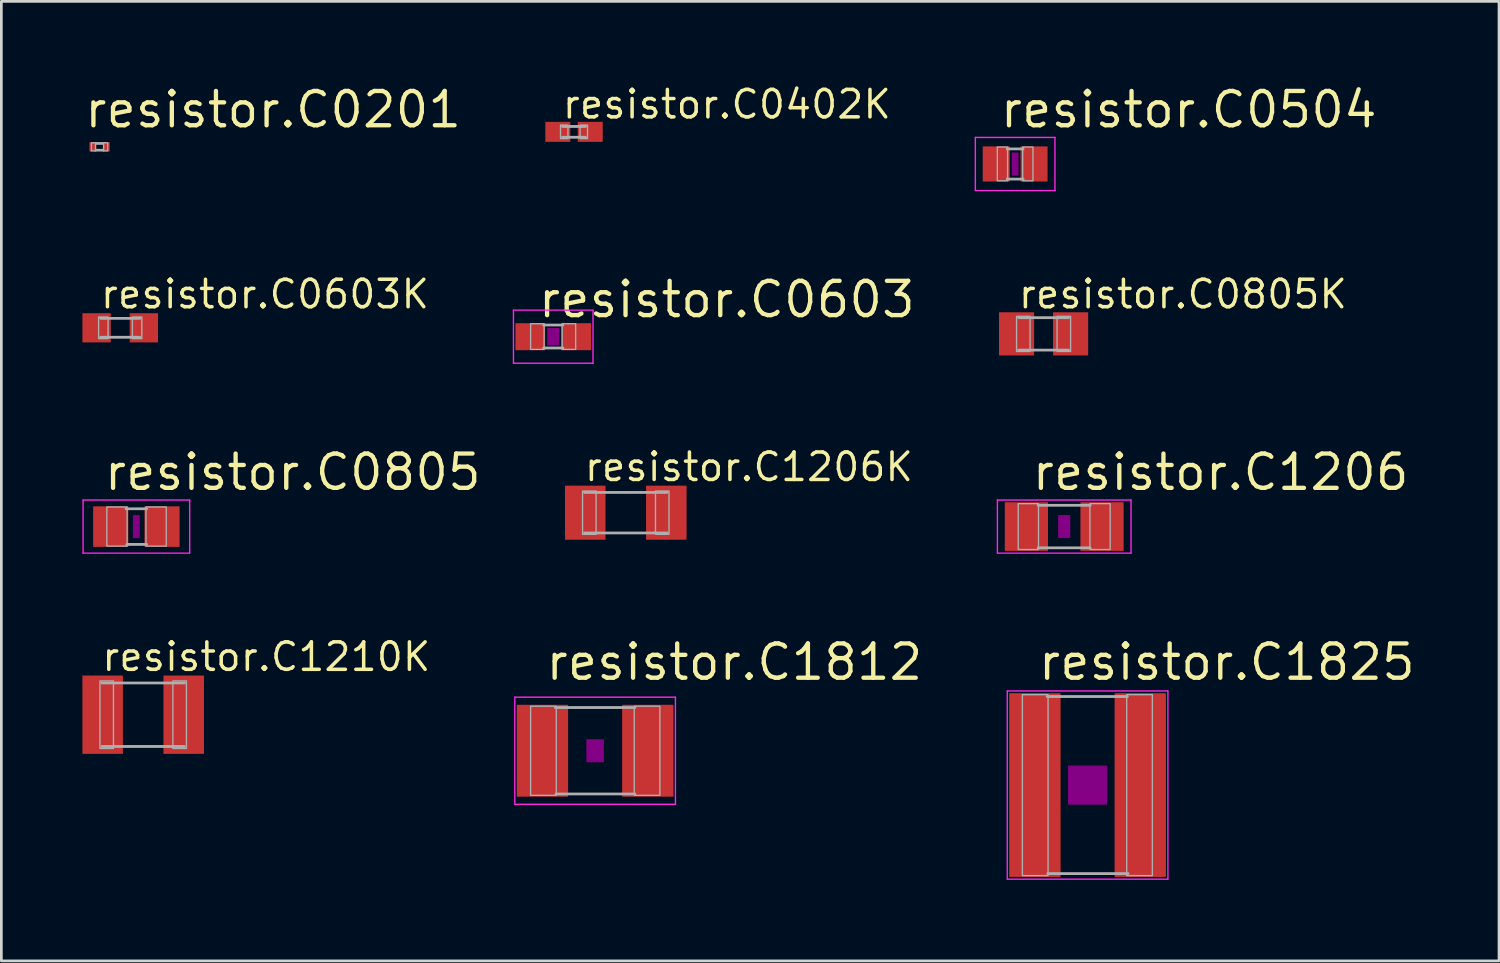
<source format=kicad_pcb>
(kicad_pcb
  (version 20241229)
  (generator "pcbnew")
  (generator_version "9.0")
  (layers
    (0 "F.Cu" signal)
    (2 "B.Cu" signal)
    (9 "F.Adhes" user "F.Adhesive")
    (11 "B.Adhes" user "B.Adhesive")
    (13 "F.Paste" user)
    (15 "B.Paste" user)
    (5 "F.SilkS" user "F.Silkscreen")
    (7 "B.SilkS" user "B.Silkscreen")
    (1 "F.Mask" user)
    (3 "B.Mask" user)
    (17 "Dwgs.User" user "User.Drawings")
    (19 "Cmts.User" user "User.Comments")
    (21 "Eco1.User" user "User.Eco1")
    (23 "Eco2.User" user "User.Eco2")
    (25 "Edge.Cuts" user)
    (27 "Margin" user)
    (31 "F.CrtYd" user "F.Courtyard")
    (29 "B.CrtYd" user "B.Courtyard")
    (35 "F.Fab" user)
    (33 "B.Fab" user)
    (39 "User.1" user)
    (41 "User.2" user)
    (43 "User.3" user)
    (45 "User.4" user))
  (footprint "resistor.C1206K"
    (layer "F.Cu")
    (at 20.114 15.928)
    (property "Reference" "resistor.C1206K" (at -1.6 -1.1 0) (layer "F.SilkS") (effects (font (size 1.016 1.016) (thickness 0.13)) (justify left bottom)))
    (attr smd)
    (fp_line (start -1.525 -0.75) (end 1.525 -0.75) (stroke (width 0.102) (type default)) (layer "F.Fab"))
    (fp_line (start 1.525 0.75) (end -1.525 0.75) (stroke (width 0.102) (type default)) (layer "F.Fab"))
    (fp_rect (start -1.6 0.8) (end -1.1 -0.8) (stroke (width 0.05) (type default)) (fill no) (layer "F.Fab"))
    (fp_rect (start 1.1 0.8) (end 1.6 -0.8) (stroke (width 0.05) (type default)) (fill no) (layer "F.Fab"))
    (pad "1" smd roundrect (at -1.5 0) (size 1.5 2) (layers "F.Cu" "F.Mask" "F.Paste") (roundrect_rratio 0.01))
    (pad "2" smd roundrect (at 1.5 0) (size 1.5 2) (layers "F.Cu" "F.Mask" "F.Paste") (roundrect_rratio 0.01)))
  (footprint "resistor.C1206"
    (layer "F.Cu")
    (at 36.343 16.442)
    (property "Reference" "resistor.C1206" (at -1.27 -1.27 0) (layer "F.SilkS") (effects (font (size 1.27 1.27) (thickness 0.16)) (justify left bottom)))
    (attr smd)
    (fp_rect (start -0.2 0.4) (end 0.2 -0.4) (stroke (width 0.05) (type default)) (fill yes) (layer "F.Adhes"))
    (fp_line (start -2.473 -0.983) (end 2.473 -0.983) (stroke (width 0.051) (type default)) (layer "F.CrtYd"))
    (fp_line (start -2.473 0.983) (end -2.473 -0.983) (stroke (width 0.051) (type default)) (layer "F.CrtYd"))
    (fp_line (start 2.473 -0.983) (end 2.473 0.983) (stroke (width 0.051) (type default)) (layer "F.CrtYd"))
    (fp_line (start 2.473 0.983) (end -2.473 0.983) (stroke (width 0.051) (type default)) (layer "F.CrtYd"))
    (fp_line (start -0.965 -0.787) (end 0.965 -0.787) (stroke (width 0.102) (type default)) (layer "F.Fab"))
    (fp_line (start -0.965 0.787) (end 0.965 0.787) (stroke (width 0.102) (type default)) (layer "F.Fab"))
    (fp_rect (start -1.702 0.851) (end -0.952 -0.849) (stroke (width 0.05) (type default)) (fill no) (layer "F.Fab"))
    (fp_rect (start 0.952 0.849) (end 1.702 -0.851) (stroke (width 0.05) (type default)) (fill no) (layer "F.Fab"))
    (pad "1" smd roundrect (at -1.4 0) (size 1.6 1.8) (layers "F.Cu" "F.Mask" "F.Paste") (roundrect_rratio 0.01))
    (pad "2" smd roundrect (at 1.4 0) (size 1.6 1.8) (layers "F.Cu" "F.Mask" "F.Paste") (roundrect_rratio 0.01)))
  (footprint "resistor.C1825"
    (layer "F.Cu")
    (at 37.208 26.01)
    (property "Reference" "resistor.C1825" (at -1.905 -3.81 0) (layer "F.SilkS") (effects (font (size 1.27 1.27) (thickness 0.16)) (justify left bottom)))
    (attr smd)
    (fp_rect (start -0.7 0.7) (end 0.7 -0.7) (stroke (width 0.05) (type default)) (fill yes) (layer "F.Adhes"))
    (fp_line (start -2.973 -3.483) (end 2.973 -3.483) (stroke (width 0.051) (type default)) (layer "F.CrtYd"))
    (fp_line (start -2.973 3.483) (end -2.973 -3.483) (stroke (width 0.051) (type default)) (layer "F.CrtYd"))
    (fp_line (start 2.973 -3.483) (end 2.973 3.483) (stroke (width 0.051) (type default)) (layer "F.CrtYd"))
    (fp_line (start 2.973 3.483) (end -2.973 3.483) (stroke (width 0.051) (type default)) (layer "F.CrtYd"))
    (fp_line (start -1.499 -3.277) (end 1.473 -3.277) (stroke (width 0.102) (type default)) (layer "F.Fab"))
    (fp_line (start -1.473 3.277) (end 1.499 3.277) (stroke (width 0.102) (type default)) (layer "F.Fab"))
    (fp_rect (start -2.413 3.353) (end -1.463 -3.347) (stroke (width 0.05) (type default)) (fill no) (layer "F.Fab"))
    (fp_rect (start 1.448 3.353) (end 2.398 -3.347) (stroke (width 0.05) (type default)) (fill no) (layer "F.Fab"))
    (pad "1" smd roundrect (at -1.95 0) (size 1.9 6.8) (layers "F.Cu" "F.Mask" "F.Paste") (roundrect_rratio 0.01))
    (pad "2" smd roundrect (at 1.95 0) (size 1.9 6.8) (layers "F.Cu" "F.Mask" "F.Paste") (roundrect_rratio 0.01)))
  (footprint "resistor.C0402K"
    (layer "F.Cu")
    (at 18.198 1.831)
    (property "Reference" "resistor.C0402K" (at -0.5 -0.425 0) (layer "F.SilkS") (effects (font (size 1.016 1.016) (thickness 0.13)) (justify left bottom)))
    (attr smd)
    (fp_line (start -0.425 -0.2) (end 0.425 -0.2) (stroke (width 0.102) (type default)) (layer "F.Fab"))
    (fp_line (start 0.425 0.2) (end -0.425 0.2) (stroke (width 0.102) (type default)) (layer "F.Fab"))
    (fp_rect (start -0.5 0.25) (end -0.225 -0.25) (stroke (width 0.05) (type default)) (fill no) (layer "F.Fab"))
    (fp_rect (start 0.225 0.25) (end 0.5 -0.25) (stroke (width 0.05) (type default)) (fill no) (layer "F.Fab"))
    (pad "1" smd roundrect (at -0.6 0) (size 0.925 0.74) (layers "F.Cu" "F.Mask" "F.Paste") (roundrect_rratio 0.01))
    (pad "2" smd roundrect (at 0.6 0) (size 0.925 0.74) (layers "F.Cu" "F.Mask" "F.Paste") (roundrect_rratio 0.01)))
  (footprint "resistor.C1812"
    (layer "F.Cu")
    (at 18.979 24.74)
    (property "Reference" "resistor.C1812" (at -1.905 -2.54 0) (layer "F.SilkS") (effects (font (size 1.27 1.27) (thickness 0.16)) (justify left bottom)))
    (attr smd)
    (fp_rect (start -0.3 0.4) (end 0.3 -0.4) (stroke (width 0.05) (type default)) (fill yes) (layer "F.Adhes"))
    (fp_line (start -2.973 -1.983) (end 2.973 -1.983) (stroke (width 0.051) (type default)) (layer "F.CrtYd"))
    (fp_line (start -2.973 1.983) (end -2.973 -1.983) (stroke (width 0.051) (type default)) (layer "F.CrtYd"))
    (fp_line (start 2.973 -1.983) (end 2.973 1.983) (stroke (width 0.051) (type default)) (layer "F.CrtYd"))
    (fp_line (start 2.973 1.983) (end -2.973 1.983) (stroke (width 0.051) (type default)) (layer "F.CrtYd"))
    (fp_line (start -1.473 -1.6) (end 1.473 -1.6) (stroke (width 0.102) (type default)) (layer "F.Fab"))
    (fp_line (start -1.448 1.6) (end 1.473 1.6) (stroke (width 0.102) (type default)) (layer "F.Fab"))
    (fp_rect (start -2.388 1.651) (end -1.438 -1.649) (stroke (width 0.05) (type default)) (fill no) (layer "F.Fab"))
    (fp_rect (start 1.448 1.651) (end 2.398 -1.649) (stroke (width 0.05) (type default)) (fill no) (layer "F.Fab"))
    (pad "1" smd roundrect (at -1.95 0) (size 1.9 3.4) (layers "F.Cu" "F.Mask" "F.Paste") (roundrect_rratio 0.01))
    (pad "2" smd roundrect (at 1.95 0) (size 1.9 3.4) (layers "F.Cu" "F.Mask" "F.Paste") (roundrect_rratio 0.01)))
  (footprint "resistor.C0504"
    (layer "F.Cu")
    (at 34.527 3.02)
    (property "Reference" "resistor.C0504" (at -0.635 -1.27 0) (layer "F.SilkS") (effects (font (size 1.27 1.27) (thickness 0.16)) (justify left bottom)))
    (attr smd)
    (fp_rect (start -0.1 0.4) (end 0.1 -0.4) (stroke (width 0.05) (type default)) (fill yes) (layer "F.Adhes"))
    (fp_line (start -1.473 -0.983) (end 1.473 -0.983) (stroke (width 0.051) (type default)) (layer "F.CrtYd"))
    (fp_line (start -1.473 0.983) (end -1.473 -0.983) (stroke (width 0.051) (type default)) (layer "F.CrtYd"))
    (fp_line (start 1.473 -0.983) (end 1.473 0.983) (stroke (width 0.051) (type default)) (layer "F.CrtYd"))
    (fp_line (start 1.473 0.983) (end -1.473 0.983) (stroke (width 0.051) (type default)) (layer "F.CrtYd"))
    (fp_line (start -0.294 -0.559) (end 0.294 -0.559) (stroke (width 0.102) (type default)) (layer "F.Fab"))
    (fp_line (start -0.294 0.559) (end 0.294 0.559) (stroke (width 0.102) (type default)) (layer "F.Fab"))
    (fp_rect (start -0.66 0.622) (end -0.28 -0.628) (stroke (width 0.05) (type default)) (fill no) (layer "F.Fab"))
    (fp_rect (start 0.279 0.622) (end 0.659 -0.628) (stroke (width 0.05) (type default)) (fill no) (layer "F.Fab"))
    (pad "1" smd roundrect (at -0.7 0) (size 1 1.3) (layers "F.Cu" "F.Mask" "F.Paste") (roundrect_rratio 0.01))
    (pad "2" smd roundrect (at 0.7 0) (size 1 1.3) (layers "F.Cu" "F.Mask" "F.Paste") (roundrect_rratio 0.01)))
  (footprint "resistor.C0805"
    (layer "F.Cu")
    (at 1.998 16.442)
    (property "Reference" "resistor.C0805" (at -1.27 -1.27 0) (layer "F.SilkS") (effects (font (size 1.27 1.27) (thickness 0.16)) (justify left bottom)))
    (attr smd)
    (fp_rect (start -0.1 0.4) (end 0.1 -0.4) (stroke (width 0.05) (type default)) (fill yes) (layer "F.Adhes"))
    (fp_line (start -1.973 -0.983) (end 1.973 -0.983) (stroke (width 0.051) (type default)) (layer "F.CrtYd"))
    (fp_line (start -1.973 0.983) (end -1.973 -0.983) (stroke (width 0.051) (type default)) (layer "F.CrtYd"))
    (fp_line (start 1.973 -0.983) (end 1.973 0.983) (stroke (width 0.051) (type default)) (layer "F.CrtYd"))
    (fp_line (start 1.973 0.983) (end -1.973 0.983) (stroke (width 0.051) (type default)) (layer "F.CrtYd"))
    (fp_line (start -0.381 -0.66) (end 0.381 -0.66) (stroke (width 0.102) (type default)) (layer "F.Fab"))
    (fp_line (start -0.356 0.66) (end 0.381 0.66) (stroke (width 0.102) (type default)) (layer "F.Fab"))
    (fp_rect (start -1.092 0.724) (end -0.342 -0.726) (stroke (width 0.05) (type default)) (fill no) (layer "F.Fab"))
    (fp_rect (start 0.356 0.724) (end 1.106 -0.726) (stroke (width 0.05) (type default)) (fill no) (layer "F.Fab"))
    (pad "1" smd roundrect (at -0.95 0) (size 1.3 1.5) (layers "F.Cu" "F.Mask" "F.Paste") (roundrect_rratio 0.01))
    (pad "2" smd roundrect (at 0.95 0) (size 1.3 1.5) (layers "F.Cu" "F.Mask" "F.Paste") (roundrect_rratio 0.01)))
  (footprint "resistor.C0603K"
    (layer "F.Cu")
    (at 1.4 9.084)
    (property "Reference" "resistor.C0603K" (at -0.8 -0.65 0) (layer "F.SilkS") (effects (font (size 1.016 1.016) (thickness 0.13)) (justify left bottom)))
    (attr smd)
    (fp_line (start -0.725 -0.35) (end 0.725 -0.35) (stroke (width 0.102) (type default)) (layer "F.Fab"))
    (fp_line (start 0.725 0.35) (end -0.725 0.35) (stroke (width 0.102) (type default)) (layer "F.Fab"))
    (fp_rect (start -0.8 0.4) (end -0.45 -0.4) (stroke (width 0.05) (type default)) (fill no) (layer "F.Fab"))
    (fp_rect (start 0.45 0.4) (end 0.8 -0.4) (stroke (width 0.05) (type default)) (fill no) (layer "F.Fab"))
    (pad "1" smd roundrect (at -0.875 0) (size 1.05 1.08) (layers "F.Cu" "F.Mask" "F.Paste") (roundrect_rratio 0.01))
    (pad "2" smd roundrect (at 0.875 0) (size 1.05 1.08) (layers "F.Cu" "F.Mask" "F.Paste") (roundrect_rratio 0.01)))
  (footprint "resistor.C1210K"
    (layer "F.Cu")
    (at 2.25 23.406)
    (property "Reference" "resistor.C1210K" (at -1.6 -1.55 0) (layer "F.SilkS") (effects (font (size 1.016 1.016) (thickness 0.13)) (justify left bottom)))
    (attr smd)
    (fp_line (start -1.525 -1.175) (end 1.525 -1.175) (stroke (width 0.102) (type default)) (layer "F.Fab"))
    (fp_line (start 1.525 1.175) (end -1.525 1.175) (stroke (width 0.102) (type default)) (layer "F.Fab"))
    (fp_rect (start -1.6 1.25) (end -1.1 -1.25) (stroke (width 0.05) (type default)) (fill no) (layer "F.Fab"))
    (fp_rect (start 1.1 1.25) (end 1.6 -1.25) (stroke (width 0.05) (type default)) (fill no) (layer "F.Fab"))
    (pad "1" smd roundrect (at -1.5 0) (size 1.5 2.9) (layers "F.Cu" "F.Mask" "F.Paste") (roundrect_rratio 0.01))
    (pad "2" smd roundrect (at 1.5 0) (size 1.5 2.9) (layers "F.Cu" "F.Mask" "F.Paste") (roundrect_rratio 0.01)))
  (footprint "resistor.C0603"
    (layer "F.Cu")
    (at 17.429 9.413)
    (property "Reference" "resistor.C0603" (at -0.635 -0.635 0) (layer "F.SilkS") (effects (font (size 1.27 1.27) (thickness 0.16)) (justify left bottom)))
    (attr smd)
    (fp_rect (start -0.2 0.3) (end 0.2 -0.3) (stroke (width 0.05) (type default)) (fill yes) (layer "F.Adhes"))
    (fp_line (start -1.473 -0.983) (end 1.473 -0.983) (stroke (width 0.051) (type default)) (layer "F.CrtYd"))
    (fp_line (start -1.473 0.983) (end -1.473 -0.983) (stroke (width 0.051) (type default)) (layer "F.CrtYd"))
    (fp_line (start 1.473 -0.983) (end 1.473 0.983) (stroke (width 0.051) (type default)) (layer "F.CrtYd"))
    (fp_line (start 1.473 0.983) (end -1.473 0.983) (stroke (width 0.051) (type default)) (layer "F.CrtYd"))
    (fp_line (start -0.356 -0.432) (end 0.356 -0.432) (stroke (width 0.102) (type default)) (layer "F.Fab"))
    (fp_line (start -0.356 0.419) (end 0.356 0.419) (stroke (width 0.102) (type default)) (layer "F.Fab"))
    (fp_rect (start -0.838 0.47) (end -0.338 -0.48) (stroke (width 0.05) (type default)) (fill no) (layer "F.Fab"))
    (fp_rect (start 0.33 0.47) (end 0.83 -0.48) (stroke (width 0.05) (type default)) (fill no) (layer "F.Fab"))
    (pad "1" smd roundrect (at -0.85 0) (size 1.1 1) (layers "F.Cu" "F.Mask" "F.Paste") (roundrect_rratio 0.01))
    (pad "2" smd roundrect (at 0.85 0) (size 1.1 1) (layers "F.Cu" "F.Mask" "F.Paste") (roundrect_rratio 0.01)))
  (footprint "resistor.C0201"
    (layer "F.Cu")
    (at 0.635 2.385)
    (property "Reference" "resistor.C0201" (at -0.635 -0.635 0) (layer "F.SilkS") (effects (font (size 1.27 1.27) (thickness 0.16)) (justify left bottom)))
    (attr smd)
    (fp_rect (start -0.3 0.15) (end -0.15 -0.15) (stroke (width 0.05) (type default)) (fill no) (layer "F.Fab"))
    (fp_rect (start -0.15 -0.1) (end 0.15 -0.15) (stroke (width 0.05) (type default)) (fill no) (layer "F.Fab"))
    (fp_rect (start -0.15 0.15) (end 0.15 0.1) (stroke (width 0.05) (type default)) (fill no) (layer "F.Fab"))
    (fp_rect (start 0.15 0.15) (end 0.3 -0.15) (stroke (width 0.05) (type default)) (fill no) (layer "F.Fab"))
    (pad "1" smd roundrect (at -0.25 0) (size 0.25 0.35) (layers "F.Cu" "F.Mask" "F.Paste") (roundrect_rratio 0.01))
    (pad "2" smd roundrect (at 0.25 0) (size 0.25 0.35) (layers "F.Cu" "F.Mask" "F.Paste") (roundrect_rratio 0.01)))
  (footprint "resistor.C0805K"
    (layer "F.Cu")
    (at 35.579 9.309)
    (property "Reference" "resistor.C0805K" (at -1 -0.875 0) (layer "F.SilkS") (effects (font (size 1.016 1.016) (thickness 0.13)) (justify left bottom)))
    (attr smd)
    (fp_line (start -0.925 -0.6) (end 0.925 -0.6) (stroke (width 0.102) (type default)) (layer "F.Fab"))
    (fp_line (start 0.925 0.6) (end -0.925 0.6) (stroke (width 0.102) (type default)) (layer "F.Fab"))
    (fp_rect (start -1 0.65) (end -0.5 -0.65) (stroke (width 0.05) (type default)) (fill no) (layer "F.Fab"))
    (fp_rect (start 0.5 0.65) (end 1 -0.65) (stroke (width 0.05) (type default)) (fill no) (layer "F.Fab"))
    (pad "1" smd roundrect (at -1 0) (size 1.3 1.6) (layers "F.Cu" "F.Mask" "F.Paste") (roundrect_rratio 0.01))
    (pad "2" smd roundrect (at 1 0) (size 1.3 1.6) (layers "F.Cu" "F.Mask" "F.Paste") (roundrect_rratio 0.01)))
  (gr_rect
    (start -3 -3)
    (end 52.438 32.519)
    (stroke (width 0.1) (type default))
    (fill no)
    (layer "Edge.Cuts")))
</source>
